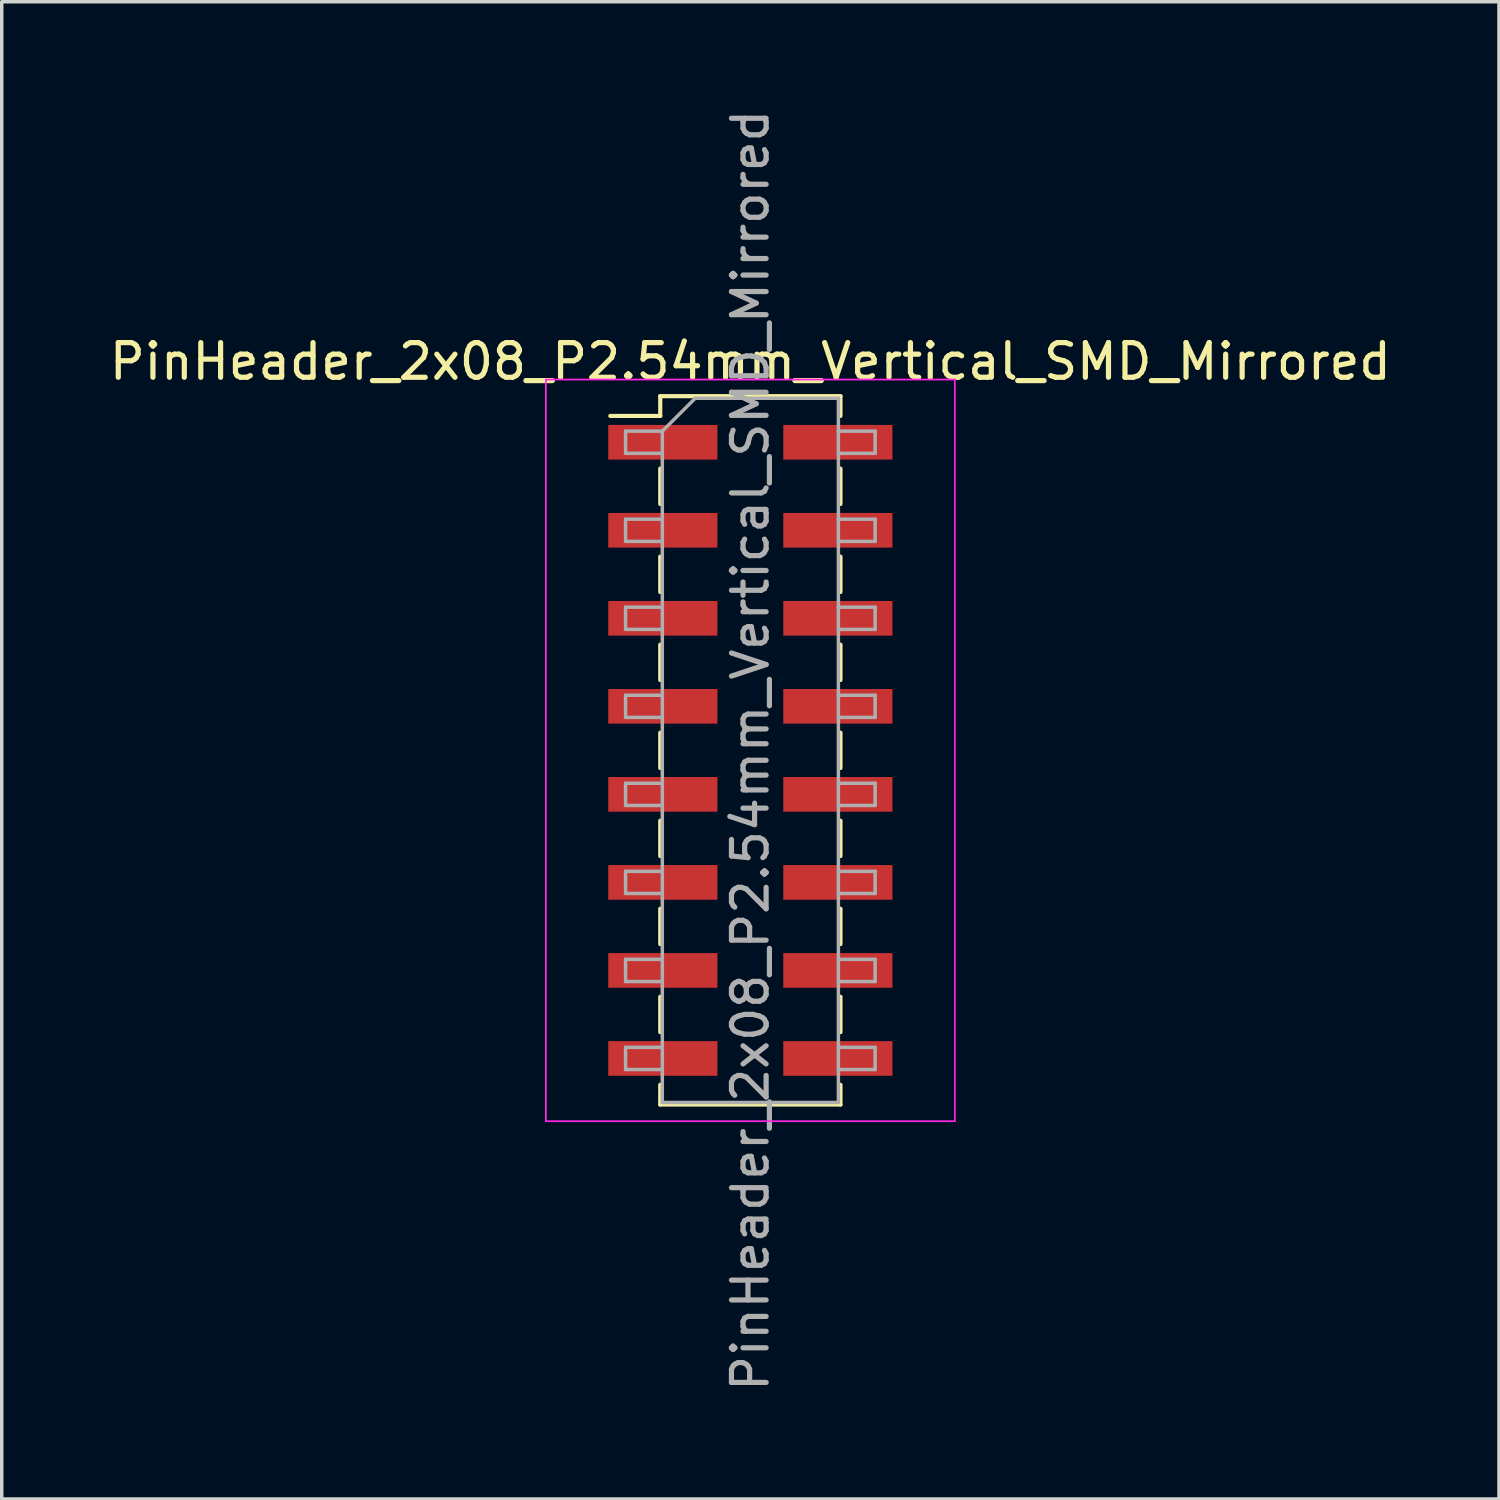
<source format=kicad_pcb>
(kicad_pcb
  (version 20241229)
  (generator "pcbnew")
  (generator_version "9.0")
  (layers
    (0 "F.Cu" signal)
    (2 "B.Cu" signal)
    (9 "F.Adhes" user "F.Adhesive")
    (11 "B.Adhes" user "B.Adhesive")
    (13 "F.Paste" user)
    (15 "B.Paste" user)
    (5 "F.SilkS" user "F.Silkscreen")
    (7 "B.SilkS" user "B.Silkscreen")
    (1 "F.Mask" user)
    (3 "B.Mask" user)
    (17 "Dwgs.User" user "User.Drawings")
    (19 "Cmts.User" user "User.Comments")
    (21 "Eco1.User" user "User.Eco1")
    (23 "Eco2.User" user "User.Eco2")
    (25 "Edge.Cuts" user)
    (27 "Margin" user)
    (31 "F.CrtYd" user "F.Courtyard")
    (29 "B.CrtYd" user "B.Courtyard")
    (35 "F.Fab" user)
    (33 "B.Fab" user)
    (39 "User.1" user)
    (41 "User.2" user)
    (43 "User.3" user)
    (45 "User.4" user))
  (footprint "PinHeader_2x08_P2.54mm_Vertical_SMD_Mirrored"
    (layer "F.Cu")
    (at 18.601 18.601)
    (property "Reference" "PinHeader_2x08_P2.54mm_Vertical_SMD_Mirrored" (at 0 -11.22 0) (layer "F.SilkS") (effects (font (size 1 1) (thickness 0.15))))
    (attr smd)
    (fp_line (start -4.04 -9.65) (end -2.6 -9.65) (stroke (width 0.12) (type solid)) (layer "F.SilkS"))
    (fp_line (start -2.6 -10.22) (end -2.6 -9.65) (stroke (width 0.12) (type solid)) (layer "F.SilkS"))
    (fp_line (start -2.6 -10.22) (end 2.6 -10.22) (stroke (width 0.12) (type solid)) (layer "F.SilkS"))
    (fp_line (start -2.6 -8.13) (end -2.6 -7.11) (stroke (width 0.12) (type solid)) (layer "F.SilkS"))
    (fp_line (start -2.6 -5.59) (end -2.6 -4.57) (stroke (width 0.12) (type solid)) (layer "F.SilkS"))
    (fp_line (start -2.6 -3.05) (end -2.6 -2.03) (stroke (width 0.12) (type solid)) (layer "F.SilkS"))
    (fp_line (start -2.6 -0.51) (end -2.6 0.51) (stroke (width 0.12) (type solid)) (layer "F.SilkS"))
    (fp_line (start -2.6 2.03) (end -2.6 3.05) (stroke (width 0.12) (type solid)) (layer "F.SilkS"))
    (fp_line (start -2.6 4.57) (end -2.6 5.59) (stroke (width 0.12) (type solid)) (layer "F.SilkS"))
    (fp_line (start -2.6 7.11) (end -2.6 8.13) (stroke (width 0.12) (type solid)) (layer "F.SilkS"))
    (fp_line (start -2.6 9.65) (end -2.6 10.22) (stroke (width 0.12) (type solid)) (layer "F.SilkS"))
    (fp_line (start -2.6 10.22) (end 2.6 10.22) (stroke (width 0.12) (type solid)) (layer "F.SilkS"))
    (fp_line (start 2.6 -10.22) (end 2.6 -9.65) (stroke (width 0.12) (type solid)) (layer "F.SilkS"))
    (fp_line (start 2.6 -8.13) (end 2.6 -7.11) (stroke (width 0.12) (type solid)) (layer "F.SilkS"))
    (fp_line (start 2.6 -5.59) (end 2.6 -4.57) (stroke (width 0.12) (type solid)) (layer "F.SilkS"))
    (fp_line (start 2.6 -3.05) (end 2.6 -2.03) (stroke (width 0.12) (type solid)) (layer "F.SilkS"))
    (fp_line (start 2.6 -0.51) (end 2.6 0.51) (stroke (width 0.12) (type solid)) (layer "F.SilkS"))
    (fp_line (start 2.6 2.03) (end 2.6 3.05) (stroke (width 0.12) (type solid)) (layer "F.SilkS"))
    (fp_line (start 2.6 4.57) (end 2.6 5.59) (stroke (width 0.12) (type solid)) (layer "F.SilkS"))
    (fp_line (start 2.6 7.11) (end 2.6 8.13) (stroke (width 0.12) (type solid)) (layer "F.SilkS"))
    (fp_line (start 2.6 9.65) (end 2.6 10.22) (stroke (width 0.12) (type solid)) (layer "F.SilkS"))
    (fp_line (start -5.9 -10.7) (end -5.9 10.7) (stroke (width 0.05) (type solid)) (layer "F.CrtYd"))
    (fp_line (start -5.9 10.7) (end 5.9 10.7) (stroke (width 0.05) (type solid)) (layer "F.CrtYd"))
    (fp_line (start 5.9 -10.7) (end -5.9 -10.7) (stroke (width 0.05) (type solid)) (layer "F.CrtYd"))
    (fp_line (start 5.9 10.7) (end 5.9 -10.7) (stroke (width 0.05) (type solid)) (layer "F.CrtYd"))
    (fp_line (start -3.6 -9.21) (end -3.6 -8.57) (stroke (width 0.1) (type solid)) (layer "F.Fab"))
    (fp_line (start -3.6 -8.57) (end -2.54 -8.57) (stroke (width 0.1) (type solid)) (layer "F.Fab"))
    (fp_line (start -3.6 -6.67) (end -3.6 -6.03) (stroke (width 0.1) (type solid)) (layer "F.Fab"))
    (fp_line (start -3.6 -6.03) (end -2.54 -6.03) (stroke (width 0.1) (type solid)) (layer "F.Fab"))
    (fp_line (start -3.6 -4.13) (end -3.6 -3.49) (stroke (width 0.1) (type solid)) (layer "F.Fab"))
    (fp_line (start -3.6 -3.49) (end -2.54 -3.49) (stroke (width 0.1) (type solid)) (layer "F.Fab"))
    (fp_line (start -3.6 -1.59) (end -3.6 -0.95) (stroke (width 0.1) (type solid)) (layer "F.Fab"))
    (fp_line (start -3.6 -0.95) (end -2.54 -0.95) (stroke (width 0.1) (type solid)) (layer "F.Fab"))
    (fp_line (start -3.6 0.95) (end -3.6 1.59) (stroke (width 0.1) (type solid)) (layer "F.Fab"))
    (fp_line (start -3.6 1.59) (end -2.54 1.59) (stroke (width 0.1) (type solid)) (layer "F.Fab"))
    (fp_line (start -3.6 3.49) (end -3.6 4.13) (stroke (width 0.1) (type solid)) (layer "F.Fab"))
    (fp_line (start -3.6 4.13) (end -2.54 4.13) (stroke (width 0.1) (type solid)) (layer "F.Fab"))
    (fp_line (start -3.6 6.03) (end -3.6 6.67) (stroke (width 0.1) (type solid)) (layer "F.Fab"))
    (fp_line (start -3.6 6.67) (end -2.54 6.67) (stroke (width 0.1) (type solid)) (layer "F.Fab"))
    (fp_line (start -3.6 8.57) (end -3.6 9.21) (stroke (width 0.1) (type solid)) (layer "F.Fab"))
    (fp_line (start -3.6 9.21) (end -2.54 9.21) (stroke (width 0.1) (type solid)) (layer "F.Fab"))
    (fp_line (start -2.54 -9.21) (end -3.6 -9.21) (stroke (width 0.1) (type solid)) (layer "F.Fab"))
    (fp_line (start -2.54 -9.21) (end -1.59 -10.16) (stroke (width 0.1) (type solid)) (layer "F.Fab"))
    (fp_line (start -2.54 -6.67) (end -3.6 -6.67) (stroke (width 0.1) (type solid)) (layer "F.Fab"))
    (fp_line (start -2.54 -4.13) (end -3.6 -4.13) (stroke (width 0.1) (type solid)) (layer "F.Fab"))
    (fp_line (start -2.54 -1.59) (end -3.6 -1.59) (stroke (width 0.1) (type solid)) (layer "F.Fab"))
    (fp_line (start -2.54 0.95) (end -3.6 0.95) (stroke (width 0.1) (type solid)) (layer "F.Fab"))
    (fp_line (start -2.54 3.49) (end -3.6 3.49) (stroke (width 0.1) (type solid)) (layer "F.Fab"))
    (fp_line (start -2.54 6.03) (end -3.6 6.03) (stroke (width 0.1) (type solid)) (layer "F.Fab"))
    (fp_line (start -2.54 8.57) (end -3.6 8.57) (stroke (width 0.1) (type solid)) (layer "F.Fab"))
    (fp_line (start -2.54 10.16) (end -2.54 -9.21) (stroke (width 0.1) (type solid)) (layer "F.Fab"))
    (fp_line (start -1.59 -10.16) (end 2.54 -10.16) (stroke (width 0.1) (type solid)) (layer "F.Fab"))
    (fp_line (start 2.54 -10.16) (end 2.54 10.16) (stroke (width 0.1) (type solid)) (layer "F.Fab"))
    (fp_line (start 2.54 -9.21) (end 3.6 -9.21) (stroke (width 0.1) (type solid)) (layer "F.Fab"))
    (fp_line (start 2.54 -6.67) (end 3.6 -6.67) (stroke (width 0.1) (type solid)) (layer "F.Fab"))
    (fp_line (start 2.54 -4.13) (end 3.6 -4.13) (stroke (width 0.1) (type solid)) (layer "F.Fab"))
    (fp_line (start 2.54 -1.59) (end 3.6 -1.59) (stroke (width 0.1) (type solid)) (layer "F.Fab"))
    (fp_line (start 2.54 0.95) (end 3.6 0.95) (stroke (width 0.1) (type solid)) (layer "F.Fab"))
    (fp_line (start 2.54 3.49) (end 3.6 3.49) (stroke (width 0.1) (type solid)) (layer "F.Fab"))
    (fp_line (start 2.54 6.03) (end 3.6 6.03) (stroke (width 0.1) (type solid)) (layer "F.Fab"))
    (fp_line (start 2.54 8.57) (end 3.6 8.57) (stroke (width 0.1) (type solid)) (layer "F.Fab"))
    (fp_line (start 2.54 10.16) (end -2.54 10.16) (stroke (width 0.1) (type solid)) (layer "F.Fab"))
    (fp_line (start 3.6 -9.21) (end 3.6 -8.57) (stroke (width 0.1) (type solid)) (layer "F.Fab"))
    (fp_line (start 3.6 -8.57) (end 2.54 -8.57) (stroke (width 0.1) (type solid)) (layer "F.Fab"))
    (fp_line (start 3.6 -6.67) (end 3.6 -6.03) (stroke (width 0.1) (type solid)) (layer "F.Fab"))
    (fp_line (start 3.6 -6.03) (end 2.54 -6.03) (stroke (width 0.1) (type solid)) (layer "F.Fab"))
    (fp_line (start 3.6 -4.13) (end 3.6 -3.49) (stroke (width 0.1) (type solid)) (layer "F.Fab"))
    (fp_line (start 3.6 -3.49) (end 2.54 -3.49) (stroke (width 0.1) (type solid)) (layer "F.Fab"))
    (fp_line (start 3.6 -1.59) (end 3.6 -0.95) (stroke (width 0.1) (type solid)) (layer "F.Fab"))
    (fp_line (start 3.6 -0.95) (end 2.54 -0.95) (stroke (width 0.1) (type solid)) (layer "F.Fab"))
    (fp_line (start 3.6 0.95) (end 3.6 1.59) (stroke (width 0.1) (type solid)) (layer "F.Fab"))
    (fp_line (start 3.6 1.59) (end 2.54 1.59) (stroke (width 0.1) (type solid)) (layer "F.Fab"))
    (fp_line (start 3.6 3.49) (end 3.6 4.13) (stroke (width 0.1) (type solid)) (layer "F.Fab"))
    (fp_line (start 3.6 4.13) (end 2.54 4.13) (stroke (width 0.1) (type solid)) (layer "F.Fab"))
    (fp_line (start 3.6 6.03) (end 3.6 6.67) (stroke (width 0.1) (type solid)) (layer "F.Fab"))
    (fp_line (start 3.6 6.67) (end 2.54 6.67) (stroke (width 0.1) (type solid)) (layer "F.Fab"))
    (fp_line (start 3.6 8.57) (end 3.6 9.21) (stroke (width 0.1) (type solid)) (layer "F.Fab"))
    (fp_line (start 3.6 9.21) (end 2.54 9.21) (stroke (width 0.1) (type solid)) (layer "F.Fab"))
    (fp_text user "${REFERENCE}" (at 0 0 90) (layer "F.Fab") (effects (font (size 1 1) (thickness 0.15))))
    (pad "1" smd rect (at 2.525 -8.89) (size 3.15 1) (layers "F.Cu" "F.Mask" "F.Paste"))
    (pad "2" smd rect (at -2.525 -8.89) (size 3.15 1) (layers "F.Cu" "F.Mask" "F.Paste"))
    (pad "3" smd rect (at 2.525 -6.35) (size 3.15 1) (layers "F.Cu" "F.Mask" "F.Paste"))
    (pad "4" smd rect (at -2.525 -6.35) (size 3.15 1) (layers "F.Cu" "F.Mask" "F.Paste"))
    (pad "5" smd rect (at 2.525 -3.81) (size 3.15 1) (layers "F.Cu" "F.Mask" "F.Paste"))
    (pad "6" smd rect (at -2.525 -3.81) (size 3.15 1) (layers "F.Cu" "F.Mask" "F.Paste"))
    (pad "7" smd rect (at 2.525 -1.27) (size 3.15 1) (layers "F.Cu" "F.Mask" "F.Paste"))
    (pad "8" smd rect (at -2.525 -1.27) (size 3.15 1) (layers "F.Cu" "F.Mask" "F.Paste"))
    (pad "9" smd rect (at 2.525 1.27) (size 3.15 1) (layers "F.Cu" "F.Mask" "F.Paste"))
    (pad "10" smd rect (at -2.525 1.27) (size 3.15 1) (layers "F.Cu" "F.Mask" "F.Paste"))
    (pad "11" smd rect (at 2.525 3.81) (size 3.15 1) (layers "F.Cu" "F.Mask" "F.Paste"))
    (pad "12" smd rect (at -2.525 3.81) (size 3.15 1) (layers "F.Cu" "F.Mask" "F.Paste"))
    (pad "13" smd rect (at 2.525 6.35) (size 3.15 1) (layers "F.Cu" "F.Mask" "F.Paste"))
    (pad "14" smd rect (at -2.525 6.35) (size 3.15 1) (layers "F.Cu" "F.Mask" "F.Paste"))
    (pad "15" smd rect (at 2.525 8.89) (size 3.15 1) (layers "F.Cu" "F.Mask" "F.Paste"))
    (pad "16" smd rect (at -2.525 8.89) (size 3.15 1) (layers "F.Cu" "F.Mask" "F.Paste")))
  (gr_rect
    (start -3 -3)
    (end 40.202 40.202)
    (stroke (width 0.1) (type default))
    (fill no)
    (layer "Edge.Cuts")))
</source>
